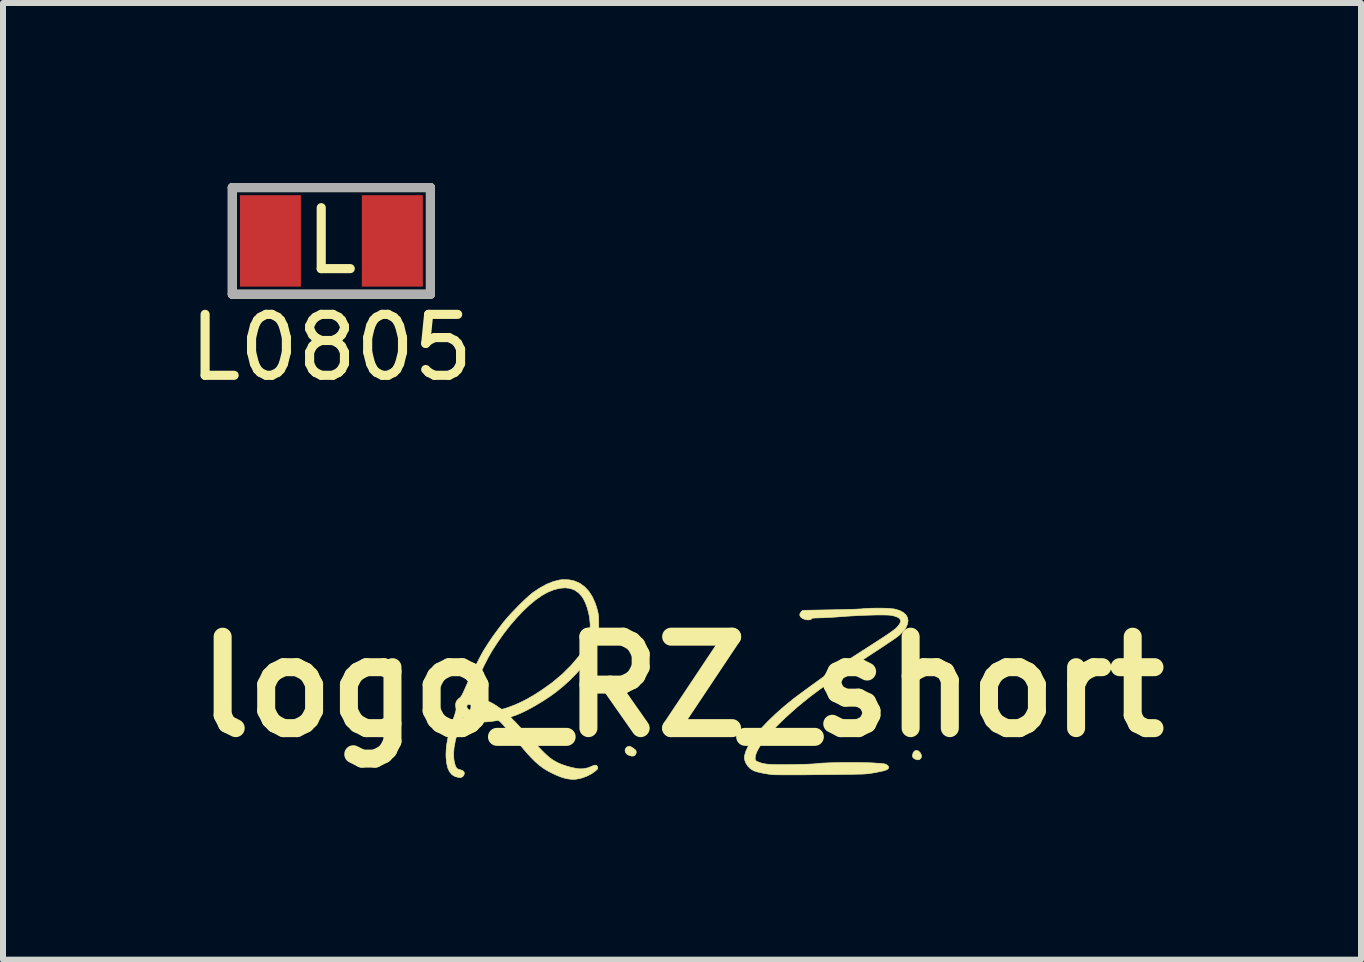
<source format=kicad_pcb>
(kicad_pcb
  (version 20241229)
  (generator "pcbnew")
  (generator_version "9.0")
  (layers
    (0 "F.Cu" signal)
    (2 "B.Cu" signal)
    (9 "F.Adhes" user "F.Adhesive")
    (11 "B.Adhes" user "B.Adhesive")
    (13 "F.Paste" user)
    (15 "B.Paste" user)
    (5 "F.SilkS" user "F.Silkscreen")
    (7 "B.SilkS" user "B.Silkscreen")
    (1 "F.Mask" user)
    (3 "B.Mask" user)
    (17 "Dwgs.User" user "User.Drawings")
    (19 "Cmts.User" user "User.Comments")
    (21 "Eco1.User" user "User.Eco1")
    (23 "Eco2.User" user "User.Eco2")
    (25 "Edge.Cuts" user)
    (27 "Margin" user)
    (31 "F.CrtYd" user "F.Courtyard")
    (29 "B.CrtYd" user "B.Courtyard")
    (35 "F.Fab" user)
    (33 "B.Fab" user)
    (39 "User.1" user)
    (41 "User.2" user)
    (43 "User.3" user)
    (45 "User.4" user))
  (footprint "logo_RZ_short"
    (layer "F.Cu")
    (at 8.317 8.396)
    (property "Reference" "logo_RZ_short" (at 0 0 0) (layer "F.SilkS") (effects (font (size 1.524 1.524) (thickness 0.3))))
    (attr through_hole)
    (fp_poly (pts (xy 3.933 1.066) (xy 3.962 1.089) (xy 3.972 1.104) (xy 3.989 1.139) (xy 3.991 1.167) (xy 3.979 1.194) (xy 3.977 1.197) (xy 3.953 1.215) (xy 3.919 1.217) (xy 3.88 1.203) (xy 3.873 1.199) (xy 3.851 1.183) (xy 3.843 1.167) (xy 3.842 1.14) (xy 3.842 1.136) (xy 3.853 1.097) (xy 3.874 1.071) (xy 3.902 1.061) (xy 3.933 1.066)) (stroke (width 0.01) (type solid)) (fill yes) (layer "F.SilkS"))
    (fp_poly (pts (xy -0.866 0.993) (xy -0.843 1.005) (xy -0.815 1.023) (xy -0.789 1.042) (xy -0.772 1.058) (xy -0.77 1.06) (xy -0.762 1.089) (xy -0.77 1.12) (xy -0.782 1.138) (xy -0.806 1.153) (xy -0.836 1.156) (xy -0.877 1.145) (xy -0.884 1.143) (xy -0.919 1.123) (xy -0.942 1.093) (xy -0.95 1.06) (xy -0.945 1.037) (xy -0.926 1.01) (xy -0.899 0.994) (xy -0.871 0.991) (xy -0.866 0.993)) (stroke (width 0.01) (type solid)) (fill yes) (layer "F.SilkS"))
    (fp_poly (pts (xy 3.329 -1.31) (xy 3.407 -1.308) (xy 3.474 -1.303) (xy 3.527 -1.298) (xy 3.544 -1.295) (xy 3.624 -1.272) (xy 3.687 -1.239) (xy 3.731 -1.199) (xy 3.758 -1.153) (xy 3.767 -1.101) (xy 3.758 -1.044) (xy 3.731 -0.984) (xy 3.685 -0.922) (xy 3.621 -0.86) (xy 3.585 -0.831) (xy 3.562 -0.814) (xy 3.523 -0.787) (xy 3.471 -0.752) (xy 3.408 -0.71) (xy 3.337 -0.662) (xy 3.259 -0.611) (xy 3.175 -0.556) (xy 3.094 -0.503) (xy 2.9 -0.376) (xy 2.723 -0.258) (xy 2.561 -0.147) (xy 2.412 -0.042) (xy 2.276 0.058) (xy 2.149 0.153) (xy 2.032 0.246) (xy 1.922 0.337) (xy 1.819 0.428) (xy 1.719 0.519) (xy 1.623 0.612) (xy 1.573 0.662) (xy 1.485 0.755) (xy 1.408 0.843) (xy 1.343 0.927) (xy 1.29 1.003) (xy 1.252 1.072) (xy 1.228 1.131) (xy 1.219 1.179) (xy 1.219 1.181) (xy 1.22 1.211) (xy 1.226 1.228) (xy 1.242 1.24) (xy 1.265 1.251) (xy 1.298 1.264) (xy 1.333 1.275) (xy 1.372 1.283) (xy 1.418 1.29) (xy 1.472 1.294) (xy 1.538 1.297) (xy 1.616 1.298) (xy 1.71 1.298) (xy 1.822 1.297) (xy 1.844 1.297) (xy 1.93 1.295) (xy 2.011 1.293) (xy 2.086 1.291) (xy 2.151 1.288) (xy 2.203 1.285) (xy 2.24 1.282) (xy 2.256 1.28) (xy 2.286 1.276) (xy 2.335 1.273) (xy 2.398 1.27) (xy 2.473 1.267) (xy 2.557 1.265) (xy 2.647 1.263) (xy 2.741 1.263) (xy 2.835 1.262) (xy 2.927 1.263) (xy 3.013 1.264) (xy 3.092 1.266) (xy 3.161 1.268) (xy 3.18 1.269) (xy 3.252 1.274) (xy 3.306 1.277) (xy 3.345 1.281) (xy 3.374 1.286) (xy 3.394 1.291) (xy 3.408 1.297) (xy 3.415 1.302) (xy 3.435 1.32) (xy 3.444 1.339) (xy 3.444 1.34) (xy 3.441 1.358) (xy 3.429 1.372) (xy 3.406 1.385) (xy 3.37 1.398) (xy 3.319 1.41) (xy 3.25 1.424) (xy 3.243 1.426) (xy 3.195 1.434) (xy 3.154 1.441) (xy 3.115 1.447) (xy 3.075 1.451) (xy 3.031 1.454) (xy 2.98 1.456) (xy 2.917 1.457) (xy 2.839 1.459) (xy 2.784 1.459) (xy 2.581 1.462) (xy 2.398 1.464) (xy 2.234 1.465) (xy 2.088 1.467) (xy 1.96 1.468) (xy 1.849 1.468) (xy 1.754 1.468) (xy 1.675 1.468) (xy 1.611 1.467) (xy 1.561 1.467) (xy 1.526 1.465) (xy 1.504 1.464) (xy 1.43 1.454) (xy 1.357 1.442) (xy 1.29 1.428) (xy 1.234 1.413) (xy 1.196 1.4) (xy 1.144 1.369) (xy 1.099 1.325) (xy 1.065 1.275) (xy 1.044 1.22) (xy 1.039 1.167) (xy 1.041 1.152) (xy 1.064 1.073) (xy 1.105 0.986) (xy 1.163 0.892) (xy 1.237 0.792) (xy 1.327 0.686) (xy 1.432 0.575) (xy 1.552 0.46) (xy 1.676 0.35) (xy 1.721 0.312) (xy 1.762 0.278) (xy 1.801 0.246) (xy 1.841 0.214) (xy 1.885 0.18) (xy 1.935 0.142) (xy 1.992 0.1) (xy 2.061 0.05) (xy 2.142 -0.01) (xy 2.179 -0.037) (xy 2.271 -0.103) (xy 2.352 -0.162) (xy 2.425 -0.213) (xy 2.492 -0.261) (xy 2.558 -0.306) (xy 2.625 -0.352) (xy 2.696 -0.399) (xy 2.774 -0.45) (xy 2.863 -0.508) (xy 2.965 -0.573) (xy 2.997 -0.594) (xy 3.109 -0.666) (xy 3.205 -0.728) (xy 3.287 -0.781) (xy 3.356 -0.826) (xy 3.413 -0.864) (xy 3.459 -0.895) (xy 3.497 -0.922) (xy 3.527 -0.944) (xy 3.551 -0.963) (xy 3.57 -0.98) (xy 3.586 -0.996) (xy 3.599 -1.011) (xy 3.612 -1.027) (xy 3.62 -1.038) (xy 3.641 -1.076) (xy 3.643 -1.109) (xy 3.625 -1.138) (xy 3.587 -1.162) (xy 3.53 -1.181) (xy 3.49 -1.19) (xy 3.455 -1.194) (xy 3.402 -1.196) (xy 3.335 -1.197) (xy 3.254 -1.197) (xy 3.163 -1.195) (xy 3.065 -1.192) (xy 2.962 -1.188) (xy 2.856 -1.182) (xy 2.749 -1.176) (xy 2.657 -1.169) (xy 2.578 -1.163) (xy 2.499 -1.158) (xy 2.424 -1.154) (xy 2.357 -1.15) (xy 2.304 -1.149) (xy 2.278 -1.148) (xy 2.233 -1.147) (xy 2.196 -1.145) (xy 2.172 -1.143) (xy 2.164 -1.14) (xy 2.155 -1.126) (xy 2.131 -1.117) (xy 2.097 -1.114) (xy 2.061 -1.119) (xy 2.014 -1.135) (xy 1.981 -1.158) (xy 1.964 -1.186) (xy 1.964 -1.216) (xy 1.983 -1.247) (xy 1.987 -1.25) (xy 2.012 -1.274) (xy 2.456 -1.282) (xy 2.554 -1.284) (xy 2.65 -1.286) (xy 2.74 -1.288) (xy 2.822 -1.291) (xy 2.894 -1.293) (xy 2.952 -1.296) (xy 2.994 -1.298) (xy 3.007 -1.3) (xy 3.081 -1.305) (xy 3.162 -1.309) (xy 3.246 -1.31) (xy 3.329 -1.31)) (stroke (width 0.01) (type solid)) (fill yes) (layer "F.SilkS"))
    (fp_poly (pts (xy -1.886 -1.783) (xy -1.789 -1.762) (xy -1.701 -1.723) (xy -1.623 -1.666) (xy -1.554 -1.592) (xy -1.495 -1.501) (xy -1.447 -1.393) (xy -1.415 -1.294) (xy -1.405 -1.252) (xy -1.397 -1.215) (xy -1.392 -1.177) (xy -1.39 -1.133) (xy -1.388 -1.078) (xy -1.388 -1.031) (xy -1.389 -0.938) (xy -1.396 -0.859) (xy -1.408 -0.79) (xy -1.427 -0.723) (xy -1.455 -0.654) (xy -1.479 -0.605) (xy -1.531 -0.513) (xy -1.598 -0.416) (xy -1.679 -0.314) (xy -1.77 -0.212) (xy -1.869 -0.112) (xy -1.974 -0.016) (xy -2.082 0.073) (xy -2.092 0.081) (xy -2.188 0.151) (xy -2.29 0.219) (xy -2.395 0.284) (xy -2.498 0.344) (xy -2.598 0.397) (xy -2.69 0.441) (xy -2.772 0.475) (xy -2.813 0.488) (xy -2.839 0.497) (xy -2.853 0.505) (xy -2.855 0.507) (xy -2.848 0.517) (xy -2.83 0.537) (xy -2.805 0.563) (xy -2.798 0.569) (xy -2.776 0.591) (xy -2.743 0.626) (xy -2.701 0.671) (xy -2.652 0.722) (xy -2.6 0.779) (xy -2.545 0.838) (xy -2.54 0.843) (xy -2.462 0.928) (xy -2.396 0.998) (xy -2.34 1.057) (xy -2.291 1.106) (xy -2.249 1.145) (xy -2.211 1.178) (xy -2.176 1.204) (xy -2.141 1.227) (xy -2.105 1.248) (xy -2.066 1.268) (xy -2.05 1.276) (xy -1.99 1.3) (xy -1.918 1.324) (xy -1.841 1.345) (xy -1.767 1.36) (xy -1.711 1.368) (xy -1.639 1.366) (xy -1.562 1.349) (xy -1.491 1.319) (xy -1.453 1.306) (xy -1.425 1.31) (xy -1.408 1.331) (xy -1.406 1.339) (xy -1.404 1.357) (xy -1.412 1.374) (xy -1.434 1.395) (xy -1.439 1.4) (xy -1.51 1.451) (xy -1.593 1.493) (xy -1.681 1.524) (xy -1.769 1.541) (xy -1.823 1.543) (xy -1.865 1.54) (xy -1.916 1.532) (xy -1.961 1.522) (xy -2.027 1.501) (xy -2.102 1.47) (xy -2.181 1.433) (xy -2.257 1.392) (xy -2.323 1.35) (xy -2.324 1.349) (xy -2.384 1.303) (xy -2.449 1.246) (xy -2.518 1.177) (xy -2.594 1.094) (xy -2.678 0.995) (xy -2.72 0.945) (xy -2.768 0.885) (xy -2.82 0.823) (xy -2.87 0.763) (xy -2.916 0.709) (xy -2.953 0.666) (xy -2.957 0.662) (xy -2.995 0.62) (xy -3.022 0.591) (xy -3.042 0.574) (xy -3.056 0.564) (xy -3.069 0.562) (xy -3.082 0.563) (xy -3.082 0.563) (xy -3.175 0.577) (xy -3.275 0.586) (xy -3.361 0.589) (xy -3.46 0.582) (xy -3.548 0.558) (xy -3.609 0.528) (xy -3.632 0.515) (xy -3.648 0.508) (xy -3.649 0.508) (xy -3.655 0.517) (xy -3.665 0.542) (xy -3.679 0.58) (xy -3.695 0.628) (xy -3.713 0.681) (xy -3.731 0.737) (xy -3.748 0.792) (xy -3.763 0.843) (xy -3.775 0.887) (xy -3.779 0.904) (xy -3.799 1.011) (xy -3.807 1.113) (xy -3.803 1.206) (xy -3.796 1.25) (xy -3.782 1.304) (xy -3.766 1.342) (xy -3.745 1.366) (xy -3.717 1.379) (xy -3.698 1.383) (xy -3.659 1.395) (xy -3.635 1.417) (xy -3.627 1.444) (xy -3.637 1.475) (xy -3.652 1.493) (xy -3.673 1.508) (xy -3.697 1.513) (xy -3.721 1.512) (xy -3.783 1.496) (xy -3.834 1.465) (xy -3.874 1.418) (xy -3.904 1.354) (xy -3.923 1.274) (xy -3.933 1.176) (xy -3.934 1.128) (xy -3.931 1.047) (xy -3.922 0.964) (xy -3.907 0.876) (xy -3.884 0.779) (xy -3.854 0.67) (xy -3.815 0.547) (xy -3.801 0.504) (xy -3.784 0.453) (xy -3.773 0.416) (xy -3.767 0.389) (xy -3.766 0.369) (xy -3.769 0.35) (xy -3.77 0.343) (xy -3.586 0.343) (xy -3.568 0.369) (xy -3.534 0.393) (xy -3.485 0.411) (xy -3.467 0.416) (xy -3.429 0.421) (xy -3.38 0.424) (xy -3.329 0.424) (xy -3.284 0.42) (xy -3.266 0.418) (xy -3.236 0.411) (xy -3.282 0.384) (xy -3.365 0.34) (xy -3.441 0.312) (xy -3.508 0.299) (xy -3.544 0.296) (xy -3.565 0.296) (xy -3.577 0.301) (xy -3.583 0.311) (xy -3.585 0.316) (xy -3.586 0.343) (xy -3.77 0.343) (xy -3.771 0.342) (xy -3.775 0.289) (xy -3.76 0.241) (xy -3.728 0.202) (xy -3.715 0.193) (xy -3.699 0.181) (xy -3.685 0.165) (xy -3.68 0.157) (xy -3.525 0.157) (xy -3.472 0.164) (xy -3.401 0.177) (xy -3.322 0.203) (xy -3.239 0.237) (xy -3.157 0.278) (xy -3.083 0.323) (xy -3.066 0.336) (xy -3.037 0.356) (xy -3.013 0.37) (xy -3.001 0.375) (xy -2.987 0.372) (xy -2.958 0.364) (xy -2.92 0.352) (xy -2.889 0.341) (xy -2.785 0.302) (xy -2.683 0.256) (xy -2.579 0.203) (xy -2.47 0.14) (xy -2.352 0.064) (xy -2.327 0.048) (xy -2.155 -0.076) (xy -1.996 -0.21) (xy -1.852 -0.353) (xy -1.725 -0.502) (xy -1.673 -0.571) (xy -1.609 -0.678) (xy -1.564 -0.791) (xy -1.537 -0.911) (xy -1.53 -1.036) (xy -1.542 -1.165) (xy -1.574 -1.297) (xy -1.581 -1.321) (xy -1.61 -1.398) (xy -1.64 -1.46) (xy -1.674 -1.511) (xy -1.715 -1.556) (xy -1.729 -1.569) (xy -1.792 -1.613) (xy -1.866 -1.64) (xy -1.948 -1.649) (xy -2.038 -1.642) (xy -2.136 -1.617) (xy -2.238 -1.576) (xy -2.243 -1.574) (xy -2.338 -1.52) (xy -2.439 -1.449) (xy -2.543 -1.363) (xy -2.65 -1.262) (xy -2.757 -1.149) (xy -2.864 -1.025) (xy -2.968 -0.892) (xy -3.068 -0.751) (xy -3.163 -0.605) (xy -3.176 -0.583) (xy -3.231 -0.486) (xy -3.29 -0.373) (xy -3.352 -0.242) (xy -3.419 -0.093) (xy -3.461 0.005) (xy -3.525 0.157) (xy -3.68 0.157) (xy -3.671 0.143) (xy -3.654 0.111) (xy -3.633 0.066) (xy -3.612 0.019) (xy -3.569 -0.079) (xy -3.522 -0.18) (xy -3.474 -0.281) (xy -3.426 -0.378) (xy -3.381 -0.467) (xy -3.339 -0.546) (xy -3.303 -0.609) (xy -3.297 -0.619) (xy -3.233 -0.72) (xy -3.157 -0.833) (xy -3.069 -0.953) (xy -2.983 -1.067) (xy -2.945 -1.113) (xy -2.897 -1.168) (xy -2.842 -1.229) (xy -2.781 -1.292) (xy -2.719 -1.356) (xy -2.658 -1.416) (xy -2.6 -1.471) (xy -2.549 -1.517) (xy -2.508 -1.552) (xy -2.496 -1.562) (xy -2.373 -1.645) (xy -2.257 -1.709) (xy -2.148 -1.753) (xy -2.046 -1.779) (xy -1.991 -1.786) (xy -1.886 -1.783)) (stroke (width 0.01) (type solid)) (fill yes) (layer "F.SilkS")))
  (footprint "L0805"
    (layer "F.Cu")
    (at 2.473 0.965)
    (property "Reference" "L0805" (at 0 1.778 0) (layer "F.SilkS") (effects (font (size 1.016 1.016) (thickness 0.152))))
    (attr smd)
    (fp_line (start -1.651 -0.889) (end 1.651 -0.889) (stroke (width 0.152) (type solid)) (layer "F.SilkS"))
    (fp_line (start -1.651 0.889) (end -1.651 -0.889) (stroke (width 0.152) (type solid)) (layer "F.SilkS"))
    (fp_line (start 1.651 -0.889) (end 1.651 0.889) (stroke (width 0.152) (type solid)) (layer "F.SilkS"))
    (fp_line (start 1.651 0.889) (end -1.651 0.889) (stroke (width 0.152) (type solid)) (layer "F.SilkS"))
    (fp_line (start -1.651 -0.889) (end -1.651 0.889) (stroke (width 0.152) (type solid)) (layer "F.Fab"))
    (fp_line (start -1.651 0.889) (end 1.651 0.889) (stroke (width 0.152) (type solid)) (layer "F.Fab"))
    (fp_line (start 1.651 -0.889) (end -1.651 -0.889) (stroke (width 0.152) (type solid)) (layer "F.Fab"))
    (fp_line (start 1.651 0.889) (end 1.651 -0.889) (stroke (width 0.152) (type solid)) (layer "F.Fab"))
    (fp_text user "L" (at 0 0 0) (layer "F.SilkS") (effects (font (size 1.016 1.016) (thickness 0.152))))
    (pad "1" smd rect (at -1.016 0) (size 1.016 1.524) (layers "F.Cu" "F.Mask" "F.Paste"))
    (pad "2" smd rect (at 1.016 0) (size 1.016 1.524) (layers "F.Cu" "F.Mask" "F.Paste")))
  (gr_rect
    (start -3 -3)
    (end 19.633 12.944)
    (stroke (width 0.1) (type default))
    (fill no)
    (layer "Edge.Cuts")))
</source>
